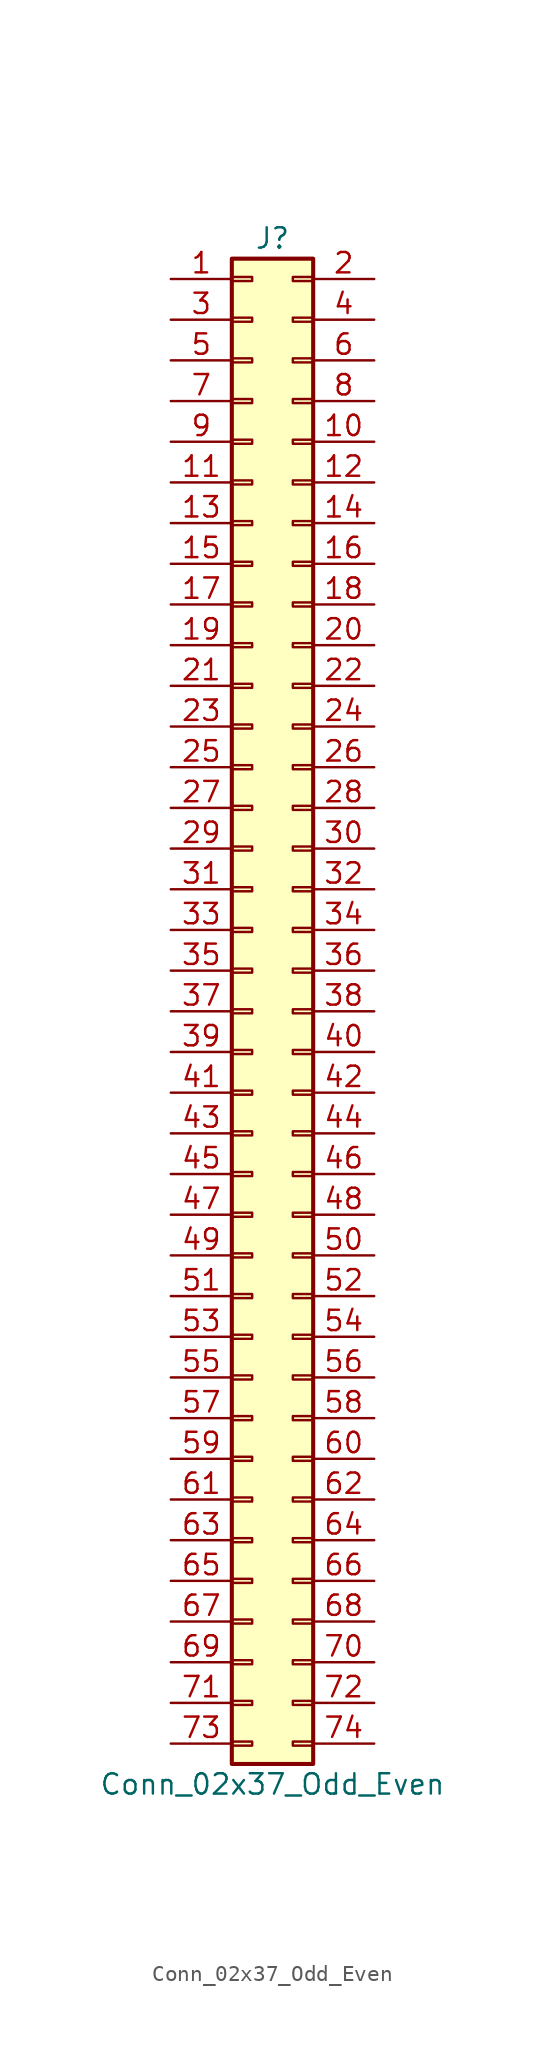
<source format=kicad_sym>
(kicad_symbol_lib
  (version 20201005)
  (generator kicad_symbol_editor)
  (symbol "Conn_02x37_Odd_Even"
    (pin_names
      (offset 1.016) hide)
    (property "Reference" "J"
      (at 1.27 48.26 0)
      (effects (font (size 1.27 1.27))))
    (property "Value" "Conn_02x37_Odd_Even"
      (at 1.27 -48.26 0)
      (effects (font (size 1.27 1.27))))
    (symbol "Conn_02x37_Odd_Even_1_1"
      (rectangle (start -1.27 -45.593) (end 0 -45.847) (stroke (width 0.152)) (fill (type none)))
      (rectangle (start -1.27 -43.053) (end 0 -43.307) (stroke (width 0.152)) (fill (type none)))
      (rectangle (start -1.27 -40.513) (end 0 -40.767) (stroke (width 0.152)) (fill (type none)))
      (rectangle (start -1.27 -37.973) (end 0 -38.227) (stroke (width 0.152)) (fill (type none)))
      (rectangle (start -1.27 -35.433) (end 0 -35.687) (stroke (width 0.152)) (fill (type none)))
      (rectangle (start -1.27 -32.893) (end 0 -33.147) (stroke (width 0.152)) (fill (type none)))
      (rectangle (start -1.27 -30.353) (end 0 -30.607) (stroke (width 0.152)) (fill (type none)))
      (rectangle (start -1.27 -27.813) (end 0 -28.067) (stroke (width 0.152)) (fill (type none)))
      (rectangle (start -1.27 -25.273) (end 0 -25.527) (stroke (width 0.152)) (fill (type none)))
      (rectangle (start -1.27 -22.733) (end 0 -22.987) (stroke (width 0.152)) (fill (type none)))
      (rectangle (start -1.27 -20.193) (end 0 -20.447) (stroke (width 0.152)) (fill (type none)))
      (rectangle (start -1.27 -17.653) (end 0 -17.907) (stroke (width 0.152)) (fill (type none)))
      (rectangle (start -1.27 -15.113) (end 0 -15.367) (stroke (width 0.152)) (fill (type none)))
      (rectangle (start -1.27 -12.573) (end 0 -12.827) (stroke (width 0.152)) (fill (type none)))
      (rectangle (start -1.27 -10.033) (end 0 -10.287) (stroke (width 0.152)) (fill (type none)))
      (rectangle (start -1.27 -7.493) (end 0 -7.747) (stroke (width 0.152)) (fill (type none)))
      (rectangle (start -1.27 -4.953) (end 0 -5.207) (stroke (width 0.152)) (fill (type none)))
      (rectangle (start -1.27 -2.413) (end 0 -2.667) (stroke (width 0.152)) (fill (type none)))
      (rectangle (start -1.27 0.127) (end 0 -0.127) (stroke (width 0.152)) (fill (type none)))
      (rectangle (start -1.27 2.667) (end 0 2.413) (stroke (width 0.152)) (fill (type none)))
      (rectangle (start -1.27 5.207) (end 0 4.953) (stroke (width 0.152)) (fill (type none)))
      (rectangle (start -1.27 7.747) (end 0 7.493) (stroke (width 0.152)) (fill (type none)))
      (rectangle (start -1.27 10.287) (end 0 10.033) (stroke (width 0.152)) (fill (type none)))
      (rectangle (start -1.27 12.827) (end 0 12.573) (stroke (width 0.152)) (fill (type none)))
      (rectangle (start -1.27 15.367) (end 0 15.113) (stroke (width 0.152)) (fill (type none)))
      (rectangle (start -1.27 17.907) (end 0 17.653) (stroke (width 0.152)) (fill (type none)))
      (rectangle (start -1.27 20.447) (end 0 20.193) (stroke (width 0.152)) (fill (type none)))
      (rectangle (start -1.27 22.987) (end 0 22.733) (stroke (width 0.152)) (fill (type none)))
      (rectangle (start -1.27 25.527) (end 0 25.273) (stroke (width 0.152)) (fill (type none)))
      (rectangle (start -1.27 28.067) (end 0 27.813) (stroke (width 0.152)) (fill (type none)))
      (rectangle (start -1.27 30.607) (end 0 30.353) (stroke (width 0.152)) (fill (type none)))
      (rectangle (start -1.27 33.147) (end 0 32.893) (stroke (width 0.152)) (fill (type none)))
      (rectangle (start -1.27 35.687) (end 0 35.433) (stroke (width 0.152)) (fill (type none)))
      (rectangle (start -1.27 38.227) (end 0 37.973) (stroke (width 0.152)) (fill (type none)))
      (rectangle (start -1.27 40.767) (end 0 40.513) (stroke (width 0.152)) (fill (type none)))
      (rectangle (start -1.27 43.307) (end 0 43.053) (stroke (width 0.152)) (fill (type none)))
      (rectangle (start -1.27 45.847) (end 0 45.593) (stroke (width 0.152)) (fill (type none)))
      (rectangle (start 3.81 -45.593) (end 2.54 -45.847) (stroke (width 0.152)) (fill (type none)))
      (rectangle (start 3.81 -43.053) (end 2.54 -43.307) (stroke (width 0.152)) (fill (type none)))
      (rectangle (start 3.81 -40.513) (end 2.54 -40.767) (stroke (width 0.152)) (fill (type none)))
      (rectangle (start 3.81 -37.973) (end 2.54 -38.227) (stroke (width 0.152)) (fill (type none)))
      (rectangle (start 3.81 -35.433) (end 2.54 -35.687) (stroke (width 0.152)) (fill (type none)))
      (rectangle (start 3.81 -32.893) (end 2.54 -33.147) (stroke (width 0.152)) (fill (type none)))
      (rectangle (start 3.81 -30.353) (end 2.54 -30.607) (stroke (width 0.152)) (fill (type none)))
      (rectangle (start 3.81 -27.813) (end 2.54 -28.067) (stroke (width 0.152)) (fill (type none)))
      (rectangle (start 3.81 -25.273) (end 2.54 -25.527) (stroke (width 0.152)) (fill (type none)))
      (rectangle (start 3.81 -22.733) (end 2.54 -22.987) (stroke (width 0.152)) (fill (type none)))
      (rectangle (start 3.81 -20.193) (end 2.54 -20.447) (stroke (width 0.152)) (fill (type none)))
      (rectangle (start 3.81 -17.653) (end 2.54 -17.907) (stroke (width 0.152)) (fill (type none)))
      (rectangle (start 3.81 -15.113) (end 2.54 -15.367) (stroke (width 0.152)) (fill (type none)))
      (rectangle (start 3.81 -12.573) (end 2.54 -12.827) (stroke (width 0.152)) (fill (type none)))
      (rectangle (start 3.81 -10.033) (end 2.54 -10.287) (stroke (width 0.152)) (fill (type none)))
      (rectangle (start 3.81 -7.493) (end 2.54 -7.747) (stroke (width 0.152)) (fill (type none)))
      (rectangle (start 3.81 -4.953) (end 2.54 -5.207) (stroke (width 0.152)) (fill (type none)))
      (rectangle (start 3.81 -2.413) (end 2.54 -2.667) (stroke (width 0.152)) (fill (type none)))
      (rectangle (start 3.81 0.127) (end 2.54 -0.127) (stroke (width 0.152)) (fill (type none)))
      (rectangle (start 3.81 2.667) (end 2.54 2.413) (stroke (width 0.152)) (fill (type none)))
      (rectangle (start 3.81 5.207) (end 2.54 4.953) (stroke (width 0.152)) (fill (type none)))
      (rectangle (start 3.81 7.747) (end 2.54 7.493) (stroke (width 0.152)) (fill (type none)))
      (rectangle (start 3.81 10.287) (end 2.54 10.033) (stroke (width 0.152)) (fill (type none)))
      (rectangle (start 3.81 12.827) (end 2.54 12.573) (stroke (width 0.152)) (fill (type none)))
      (rectangle (start 3.81 15.367) (end 2.54 15.113) (stroke (width 0.152)) (fill (type none)))
      (rectangle (start 3.81 17.907) (end 2.54 17.653) (stroke (width 0.152)) (fill (type none)))
      (rectangle (start 3.81 20.447) (end 2.54 20.193) (stroke (width 0.152)) (fill (type none)))
      (rectangle (start 3.81 22.987) (end 2.54 22.733) (stroke (width 0.152)) (fill (type none)))
      (rectangle (start 3.81 25.527) (end 2.54 25.273) (stroke (width 0.152)) (fill (type none)))
      (rectangle (start 3.81 28.067) (end 2.54 27.813) (stroke (width 0.152)) (fill (type none)))
      (rectangle (start 3.81 30.607) (end 2.54 30.353) (stroke (width 0.152)) (fill (type none)))
      (rectangle (start 3.81 33.147) (end 2.54 32.893) (stroke (width 0.152)) (fill (type none)))
      (rectangle (start 3.81 35.687) (end 2.54 35.433) (stroke (width 0.152)) (fill (type none)))
      (rectangle (start 3.81 38.227) (end 2.54 37.973) (stroke (width 0.152)) (fill (type none)))
      (rectangle (start 3.81 40.767) (end 2.54 40.513) (stroke (width 0.152)) (fill (type none)))
      (rectangle (start 3.81 43.307) (end 2.54 43.053) (stroke (width 0.152)) (fill (type none)))
      (rectangle (start 3.81 45.847) (end 2.54 45.593) (stroke (width 0.152)) (fill (type none)))
      (rectangle (start -1.27 46.99) (end 3.81 -46.99) (stroke (width 0.254)) (fill (type background)))
      (pin passive line (at -5.08 45.72 0) (length 3.81) (name "Pin_1" (effects (font (size 1.27 1.27)))) (number "1" (effects (font (size 1.27 1.27)))))
      (pin passive line (at 7.62 35.56 180) (length 3.81) (name "Pin_10" (effects (font (size 1.27 1.27)))) (number "10" (effects (font (size 1.27 1.27)))))
      (pin passive line (at -5.08 33.02 0) (length 3.81) (name "Pin_11" (effects (font (size 1.27 1.27)))) (number "11" (effects (font (size 1.27 1.27)))))
      (pin passive line (at 7.62 33.02 180) (length 3.81) (name "Pin_12" (effects (font (size 1.27 1.27)))) (number "12" (effects (font (size 1.27 1.27)))))
      (pin passive line (at -5.08 30.48 0) (length 3.81) (name "Pin_13" (effects (font (size 1.27 1.27)))) (number "13" (effects (font (size 1.27 1.27)))))
      (pin passive line (at 7.62 30.48 180) (length 3.81) (name "Pin_14" (effects (font (size 1.27 1.27)))) (number "14" (effects (font (size 1.27 1.27)))))
      (pin passive line (at -5.08 27.94 0) (length 3.81) (name "Pin_15" (effects (font (size 1.27 1.27)))) (number "15" (effects (font (size 1.27 1.27)))))
      (pin passive line (at 7.62 27.94 180) (length 3.81) (name "Pin_16" (effects (font (size 1.27 1.27)))) (number "16" (effects (font (size 1.27 1.27)))))
      (pin passive line (at -5.08 25.4 0) (length 3.81) (name "Pin_17" (effects (font (size 1.27 1.27)))) (number "17" (effects (font (size 1.27 1.27)))))
      (pin passive line (at 7.62 25.4 180) (length 3.81) (name "Pin_18" (effects (font (size 1.27 1.27)))) (number "18" (effects (font (size 1.27 1.27)))))
      (pin passive line (at -5.08 22.86 0) (length 3.81) (name "Pin_19" (effects (font (size 1.27 1.27)))) (number "19" (effects (font (size 1.27 1.27)))))
      (pin passive line (at 7.62 45.72 180) (length 3.81) (name "Pin_2" (effects (font (size 1.27 1.27)))) (number "2" (effects (font (size 1.27 1.27)))))
      (pin passive line (at 7.62 22.86 180) (length 3.81) (name "Pin_20" (effects (font (size 1.27 1.27)))) (number "20" (effects (font (size 1.27 1.27)))))
      (pin passive line (at -5.08 20.32 0) (length 3.81) (name "Pin_21" (effects (font (size 1.27 1.27)))) (number "21" (effects (font (size 1.27 1.27)))))
      (pin passive line (at 7.62 20.32 180) (length 3.81) (name "Pin_22" (effects (font (size 1.27 1.27)))) (number "22" (effects (font (size 1.27 1.27)))))
      (pin passive line (at -5.08 17.78 0) (length 3.81) (name "Pin_23" (effects (font (size 1.27 1.27)))) (number "23" (effects (font (size 1.27 1.27)))))
      (pin passive line (at 7.62 17.78 180) (length 3.81) (name "Pin_24" (effects (font (size 1.27 1.27)))) (number "24" (effects (font (size 1.27 1.27)))))
      (pin passive line (at -5.08 15.24 0) (length 3.81) (name "Pin_25" (effects (font (size 1.27 1.27)))) (number "25" (effects (font (size 1.27 1.27)))))
      (pin passive line (at 7.62 15.24 180) (length 3.81) (name "Pin_26" (effects (font (size 1.27 1.27)))) (number "26" (effects (font (size 1.27 1.27)))))
      (pin passive line (at -5.08 12.7 0) (length 3.81) (name "Pin_27" (effects (font (size 1.27 1.27)))) (number "27" (effects (font (size 1.27 1.27)))))
      (pin passive line (at 7.62 12.7 180) (length 3.81) (name "Pin_28" (effects (font (size 1.27 1.27)))) (number "28" (effects (font (size 1.27 1.27)))))
      (pin passive line (at -5.08 10.16 0) (length 3.81) (name "Pin_29" (effects (font (size 1.27 1.27)))) (number "29" (effects (font (size 1.27 1.27)))))
      (pin passive line (at -5.08 43.18 0) (length 3.81) (name "Pin_3" (effects (font (size 1.27 1.27)))) (number "3" (effects (font (size 1.27 1.27)))))
      (pin passive line (at 7.62 10.16 180) (length 3.81) (name "Pin_30" (effects (font (size 1.27 1.27)))) (number "30" (effects (font (size 1.27 1.27)))))
      (pin passive line (at -5.08 7.62 0) (length 3.81) (name "Pin_31" (effects (font (size 1.27 1.27)))) (number "31" (effects (font (size 1.27 1.27)))))
      (pin passive line (at 7.62 7.62 180) (length 3.81) (name "Pin_32" (effects (font (size 1.27 1.27)))) (number "32" (effects (font (size 1.27 1.27)))))
      (pin passive line (at -5.08 5.08 0) (length 3.81) (name "Pin_33" (effects (font (size 1.27 1.27)))) (number "33" (effects (font (size 1.27 1.27)))))
      (pin passive line (at 7.62 5.08 180) (length 3.81) (name "Pin_34" (effects (font (size 1.27 1.27)))) (number "34" (effects (font (size 1.27 1.27)))))
      (pin passive line (at -5.08 2.54 0) (length 3.81) (name "Pin_35" (effects (font (size 1.27 1.27)))) (number "35" (effects (font (size 1.27 1.27)))))
      (pin passive line (at 7.62 2.54 180) (length 3.81) (name "Pin_36" (effects (font (size 1.27 1.27)))) (number "36" (effects (font (size 1.27 1.27)))))
      (pin passive line (at -5.08 0 0) (length 3.81) (name "Pin_37" (effects (font (size 1.27 1.27)))) (number "37" (effects (font (size 1.27 1.27)))))
      (pin passive line (at 7.62 0 180) (length 3.81) (name "Pin_38" (effects (font (size 1.27 1.27)))) (number "38" (effects (font (size 1.27 1.27)))))
      (pin passive line (at -5.08 -2.54 0) (length 3.81) (name "Pin_39" (effects (font (size 1.27 1.27)))) (number "39" (effects (font (size 1.27 1.27)))))
      (pin passive line (at 7.62 43.18 180) (length 3.81) (name "Pin_4" (effects (font (size 1.27 1.27)))) (number "4" (effects (font (size 1.27 1.27)))))
      (pin passive line (at 7.62 -2.54 180) (length 3.81) (name "Pin_40" (effects (font (size 1.27 1.27)))) (number "40" (effects (font (size 1.27 1.27)))))
      (pin passive line (at -5.08 -5.08 0) (length 3.81) (name "Pin_41" (effects (font (size 1.27 1.27)))) (number "41" (effects (font (size 1.27 1.27)))))
      (pin passive line (at 7.62 -5.08 180) (length 3.81) (name "Pin_42" (effects (font (size 1.27 1.27)))) (number "42" (effects (font (size 1.27 1.27)))))
      (pin passive line (at -5.08 -7.62 0) (length 3.81) (name "Pin_43" (effects (font (size 1.27 1.27)))) (number "43" (effects (font (size 1.27 1.27)))))
      (pin passive line (at 7.62 -7.62 180) (length 3.81) (name "Pin_44" (effects (font (size 1.27 1.27)))) (number "44" (effects (font (size 1.27 1.27)))))
      (pin passive line (at -5.08 -10.16 0) (length 3.81) (name "Pin_45" (effects (font (size 1.27 1.27)))) (number "45" (effects (font (size 1.27 1.27)))))
      (pin passive line (at 7.62 -10.16 180) (length 3.81) (name "Pin_46" (effects (font (size 1.27 1.27)))) (number "46" (effects (font (size 1.27 1.27)))))
      (pin passive line (at -5.08 -12.7 0) (length 3.81) (name "Pin_47" (effects (font (size 1.27 1.27)))) (number "47" (effects (font (size 1.27 1.27)))))
      (pin passive line (at 7.62 -12.7 180) (length 3.81) (name "Pin_48" (effects (font (size 1.27 1.27)))) (number "48" (effects (font (size 1.27 1.27)))))
      (pin passive line (at -5.08 -15.24 0) (length 3.81) (name "Pin_49" (effects (font (size 1.27 1.27)))) (number "49" (effects (font (size 1.27 1.27)))))
      (pin passive line (at -5.08 40.64 0) (length 3.81) (name "Pin_5" (effects (font (size 1.27 1.27)))) (number "5" (effects (font (size 1.27 1.27)))))
      (pin passive line (at 7.62 -15.24 180) (length 3.81) (name "Pin_50" (effects (font (size 1.27 1.27)))) (number "50" (effects (font (size 1.27 1.27)))))
      (pin passive line (at -5.08 -17.78 0) (length 3.81) (name "Pin_51" (effects (font (size 1.27 1.27)))) (number "51" (effects (font (size 1.27 1.27)))))
      (pin passive line (at 7.62 -17.78 180) (length 3.81) (name "Pin_52" (effects (font (size 1.27 1.27)))) (number "52" (effects (font (size 1.27 1.27)))))
      (pin passive line (at -5.08 -20.32 0) (length 3.81) (name "Pin_53" (effects (font (size 1.27 1.27)))) (number "53" (effects (font (size 1.27 1.27)))))
      (pin passive line (at 7.62 -20.32 180) (length 3.81) (name "Pin_54" (effects (font (size 1.27 1.27)))) (number "54" (effects (font (size 1.27 1.27)))))
      (pin passive line (at -5.08 -22.86 0) (length 3.81) (name "Pin_55" (effects (font (size 1.27 1.27)))) (number "55" (effects (font (size 1.27 1.27)))))
      (pin passive line (at 7.62 -22.86 180) (length 3.81) (name "Pin_56" (effects (font (size 1.27 1.27)))) (number "56" (effects (font (size 1.27 1.27)))))
      (pin passive line (at -5.08 -25.4 0) (length 3.81) (name "Pin_57" (effects (font (size 1.27 1.27)))) (number "57" (effects (font (size 1.27 1.27)))))
      (pin passive line (at 7.62 -25.4 180) (length 3.81) (name "Pin_58" (effects (font (size 1.27 1.27)))) (number "58" (effects (font (size 1.27 1.27)))))
      (pin passive line (at -5.08 -27.94 0) (length 3.81) (name "Pin_59" (effects (font (size 1.27 1.27)))) (number "59" (effects (font (size 1.27 1.27)))))
      (pin passive line (at 7.62 40.64 180) (length 3.81) (name "Pin_6" (effects (font (size 1.27 1.27)))) (number "6" (effects (font (size 1.27 1.27)))))
      (pin passive line (at 7.62 -27.94 180) (length 3.81) (name "Pin_60" (effects (font (size 1.27 1.27)))) (number "60" (effects (font (size 1.27 1.27)))))
      (pin passive line (at -5.08 -30.48 0) (length 3.81) (name "Pin_61" (effects (font (size 1.27 1.27)))) (number "61" (effects (font (size 1.27 1.27)))))
      (pin passive line (at 7.62 -30.48 180) (length 3.81) (name "Pin_62" (effects (font (size 1.27 1.27)))) (number "62" (effects (font (size 1.27 1.27)))))
      (pin passive line (at -5.08 -33.02 0) (length 3.81) (name "Pin_63" (effects (font (size 1.27 1.27)))) (number "63" (effects (font (size 1.27 1.27)))))
      (pin passive line (at 7.62 -33.02 180) (length 3.81) (name "Pin_64" (effects (font (size 1.27 1.27)))) (number "64" (effects (font (size 1.27 1.27)))))
      (pin passive line (at -5.08 -35.56 0) (length 3.81) (name "Pin_65" (effects (font (size 1.27 1.27)))) (number "65" (effects (font (size 1.27 1.27)))))
      (pin passive line (at 7.62 -35.56 180) (length 3.81) (name "Pin_66" (effects (font (size 1.27 1.27)))) (number "66" (effects (font (size 1.27 1.27)))))
      (pin passive line (at -5.08 -38.1 0) (length 3.81) (name "Pin_67" (effects (font (size 1.27 1.27)))) (number "67" (effects (font (size 1.27 1.27)))))
      (pin passive line (at 7.62 -38.1 180) (length 3.81) (name "Pin_68" (effects (font (size 1.27 1.27)))) (number "68" (effects (font (size 1.27 1.27)))))
      (pin passive line (at -5.08 -40.64 0) (length 3.81) (name "Pin_69" (effects (font (size 1.27 1.27)))) (number "69" (effects (font (size 1.27 1.27)))))
      (pin passive line (at -5.08 38.1 0) (length 3.81) (name "Pin_7" (effects (font (size 1.27 1.27)))) (number "7" (effects (font (size 1.27 1.27)))))
      (pin passive line (at 7.62 -40.64 180) (length 3.81) (name "Pin_70" (effects (font (size 1.27 1.27)))) (number "70" (effects (font (size 1.27 1.27)))))
      (pin passive line (at -5.08 -43.18 0) (length 3.81) (name "Pin_71" (effects (font (size 1.27 1.27)))) (number "71" (effects (font (size 1.27 1.27)))))
      (pin passive line (at 7.62 -43.18 180) (length 3.81) (name "Pin_72" (effects (font (size 1.27 1.27)))) (number "72" (effects (font (size 1.27 1.27)))))
      (pin passive line (at -5.08 -45.72 0) (length 3.81) (name "Pin_73" (effects (font (size 1.27 1.27)))) (number "73" (effects (font (size 1.27 1.27)))))
      (pin passive line (at 7.62 -45.72 180) (length 3.81) (name "Pin_74" (effects (font (size 1.27 1.27)))) (number "74" (effects (font (size 1.27 1.27)))))
      (pin passive line (at 7.62 38.1 180) (length 3.81) (name "Pin_8" (effects (font (size 1.27 1.27)))) (number "8" (effects (font (size 1.27 1.27)))))
      (pin passive line (at -5.08 35.56 0) (length 3.81) (name "Pin_9" (effects (font (size 1.27 1.27)))) (number "9" (effects (font (size 1.27 1.27))))))))
</source>
